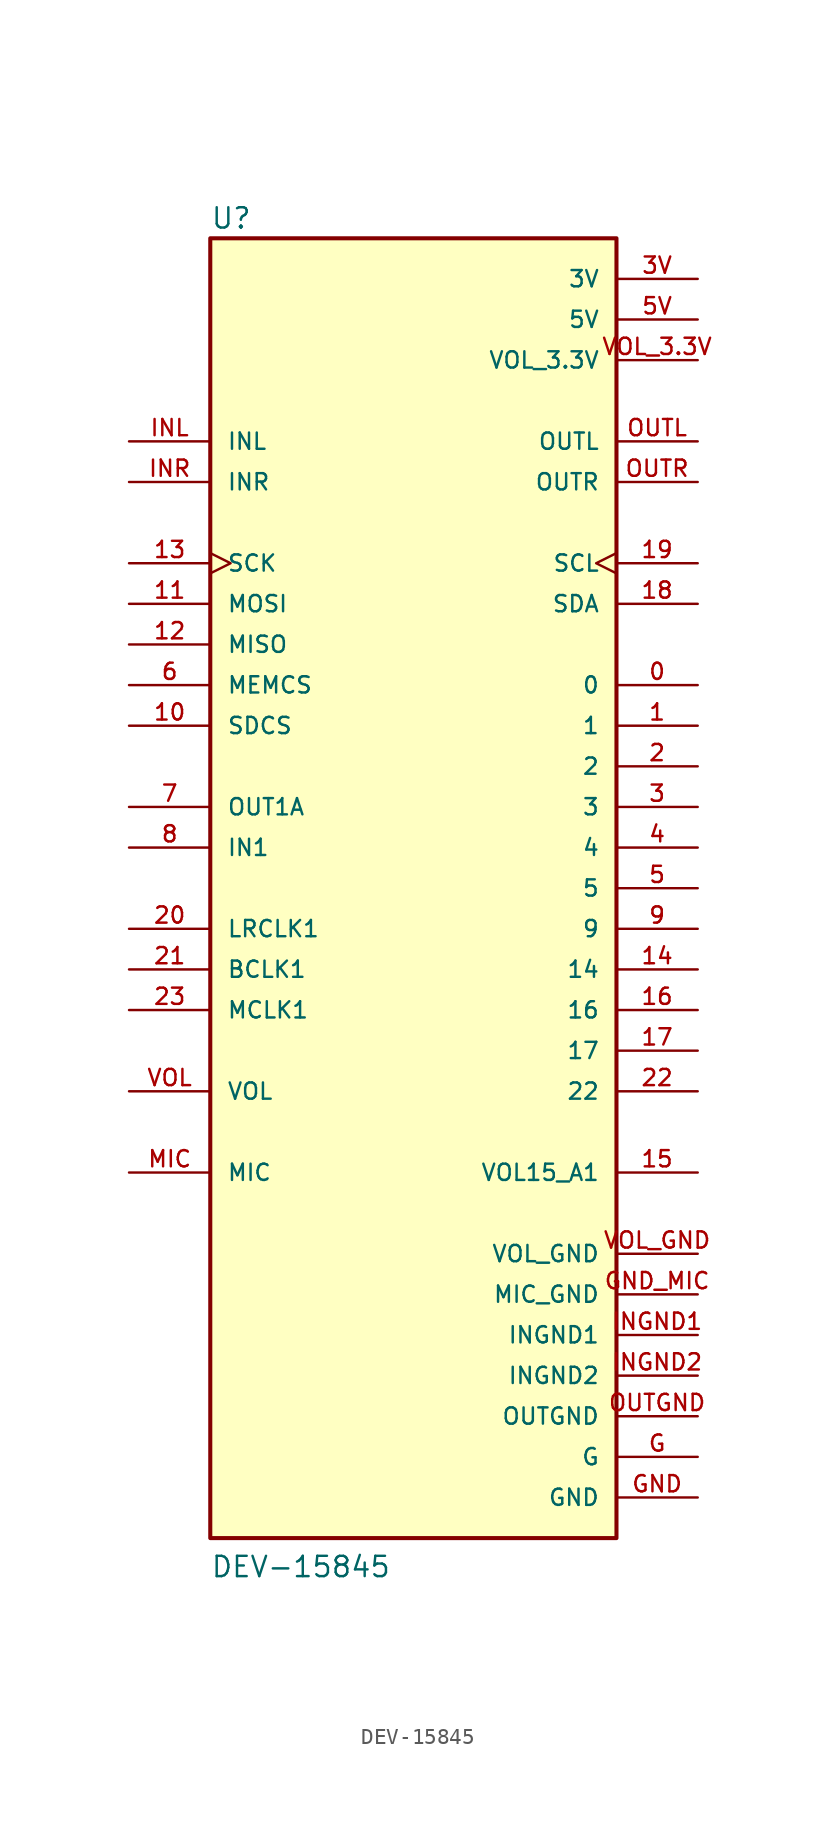
<source format=kicad_sym>
(kicad_symbol_lib
  (version 20241209)
  (generator "kicad_symbol_editor")
  (generator_version "9.0")
  (symbol "DEV-15845"
    (pin_names
      (offset 1.016))
    (property "Reference" "U"
      (at -12.7 41.148 0)
      (effects (font (size 1.27 1.27)) (justify left bottom)))
    (property "Value" "DEV-15845"
      (at -12.7 -43.18 0)
      (effects (font (size 1.27 1.27)) (justify left bottom)))
    (symbol "DEV-15845_0_0"
      (rectangle (start -12.7 -40.64) (end 12.7 40.64) (stroke (width 0.254) (type default)) (fill (type background)))
      (pin input line (at -17.78 27.94 0) (length 5.08) (name "INL" (effects (font (size 1.016 1.016)))) (number "INL" (effects (font (size 1.016 1.016)))))
      (pin input line (at -17.78 25.4 0) (length 5.08) (name "INR" (effects (font (size 1.016 1.016)))) (number "INR" (effects (font (size 1.016 1.016)))))
      (pin bidirectional clock (at -17.78 20.32 0) (length 5.08) (name "SCK" (effects (font (size 1.016 1.016)))) (number "13" (effects (font (size 1.016 1.016)))))
      (pin bidirectional line (at -17.78 17.78 0) (length 5.08) (name "MOSI" (effects (font (size 1.016 1.016)))) (number "11" (effects (font (size 1.016 1.016)))))
      (pin bidirectional line (at -17.78 15.24 0) (length 5.08) (name "MISO" (effects (font (size 1.016 1.016)))) (number "12" (effects (font (size 1.016 1.016)))))
      (pin input line (at -17.78 12.7 0) (length 5.08) (name "MEMCS" (effects (font (size 1.016 1.016)))) (number "6" (effects (font (size 1.016 1.016)))))
      (pin bidirectional line (at -17.78 10.16 0) (length 5.08) (name "SDCS" (effects (font (size 1.016 1.016)))) (number "10" (effects (font (size 1.016 1.016)))))
      (pin output line (at -17.78 5.08 0) (length 5.08) (name "OUT1A" (effects (font (size 1.016 1.016)))) (number "7" (effects (font (size 1.016 1.016)))))
      (pin input line (at -17.78 2.54 0) (length 5.08) (name "IN1" (effects (font (size 1.016 1.016)))) (number "8" (effects (font (size 1.016 1.016)))))
      (pin bidirectional line (at -17.78 -2.54 0) (length 5.08) (name "LRCLK1" (effects (font (size 1.016 1.016)))) (number "20" (effects (font (size 1.016 1.016)))))
      (pin bidirectional line (at -17.78 -5.08 0) (length 5.08) (name "BCLK1" (effects (font (size 1.016 1.016)))) (number "21" (effects (font (size 1.016 1.016)))))
      (pin bidirectional line (at -17.78 -7.62 0) (length 5.08) (name "MCLK1" (effects (font (size 1.016 1.016)))) (number "23" (effects (font (size 1.016 1.016)))))
      (pin input line (at -17.78 -12.7 0) (length 5.08) (name "VOL" (effects (font (size 1.016 1.016)))) (number "VOL" (effects (font (size 1.016 1.016)))))
      (pin input line (at -17.78 -17.78 0) (length 5.08) (name "MIC" (effects (font (size 1.016 1.016)))) (number "MIC" (effects (font (size 1.016 1.016)))))
      (pin power_in line (at 17.78 38.1 180) (length 5.08) (name "3V" (effects (font (size 1.016 1.016)))) (number "3V" (effects (font (size 1.016 1.016)))))
      (pin power_in line (at 17.78 35.56 180) (length 5.08) (name "5V" (effects (font (size 1.016 1.016)))) (number "5V" (effects (font (size 1.016 1.016)))))
      (pin power_in line (at 17.78 33.02 180) (length 5.08) (name "VOL_3.3V" (effects (font (size 1.016 1.016)))) (number "VOL_3.3V" (effects (font (size 1.016 1.016)))))
      (pin output line (at 17.78 27.94 180) (length 5.08) (name "OUTL" (effects (font (size 1.016 1.016)))) (number "OUTL" (effects (font (size 1.016 1.016)))))
      (pin output line (at 17.78 25.4 180) (length 5.08) (name "OUTR" (effects (font (size 1.016 1.016)))) (number "OUTR" (effects (font (size 1.016 1.016)))))
      (pin bidirectional clock (at 17.78 20.32 180) (length 5.08) (name "SCL" (effects (font (size 1.016 1.016)))) (number "19" (effects (font (size 1.016 1.016)))))
      (pin bidirectional line (at 17.78 17.78 180) (length 5.08) (name "SDA" (effects (font (size 1.016 1.016)))) (number "18" (effects (font (size 1.016 1.016)))))
      (pin bidirectional line (at 17.78 12.7 180) (length 5.08) (name "0" (effects (font (size 1.016 1.016)))) (number "0" (effects (font (size 1.016 1.016)))))
      (pin bidirectional line (at 17.78 10.16 180) (length 5.08) (name "1" (effects (font (size 1.016 1.016)))) (number "1" (effects (font (size 1.016 1.016)))))
      (pin bidirectional line (at 17.78 7.62 180) (length 5.08) (name "2" (effects (font (size 1.016 1.016)))) (number "2" (effects (font (size 1.016 1.016)))))
      (pin bidirectional line (at 17.78 5.08 180) (length 5.08) (name "3" (effects (font (size 1.016 1.016)))) (number "3" (effects (font (size 1.016 1.016)))))
      (pin bidirectional line (at 17.78 2.54 180) (length 5.08) (name "4" (effects (font (size 1.016 1.016)))) (number "4" (effects (font (size 1.016 1.016)))))
      (pin bidirectional line (at 17.78 0 180) (length 5.08) (name "5" (effects (font (size 1.016 1.016)))) (number "5" (effects (font (size 1.016 1.016)))))
      (pin bidirectional line (at 17.78 -2.54 180) (length 5.08) (name "9" (effects (font (size 1.016 1.016)))) (number "9" (effects (font (size 1.016 1.016)))))
      (pin bidirectional line (at 17.78 -5.08 180) (length 5.08) (name "14" (effects (font (size 1.016 1.016)))) (number "14" (effects (font (size 1.016 1.016)))))
      (pin bidirectional line (at 17.78 -7.62 180) (length 5.08) (name "16" (effects (font (size 1.016 1.016)))) (number "16" (effects (font (size 1.016 1.016)))))
      (pin bidirectional line (at 17.78 -10.16 180) (length 5.08) (name "17" (effects (font (size 1.016 1.016)))) (number "17" (effects (font (size 1.016 1.016)))))
      (pin bidirectional line (at 17.78 -12.7 180) (length 5.08) (name "22" (effects (font (size 1.016 1.016)))) (number "22" (effects (font (size 1.016 1.016)))))
      (pin bidirectional line (at 17.78 -17.78 180) (length 5.08) (name "VOL15_A1" (effects (font (size 1.016 1.016)))) (number "15" (effects (font (size 1.016 1.016)))))
      (pin power_in line (at 17.78 -22.86 180) (length 5.08) (name "VOL_GND" (effects (font (size 1.016 1.016)))) (number "VOL_GND" (effects (font (size 1.016 1.016)))))
      (pin power_in line (at 17.78 -25.4 180) (length 5.08) (name "MIC_GND" (effects (font (size 1.016 1.016)))) (number "GND_MIC" (effects (font (size 1.016 1.016)))))
      (pin power_in line (at 17.78 -27.94 180) (length 5.08) (name "INGND1" (effects (font (size 1.016 1.016)))) (number "INGND1" (effects (font (size 1.016 1.016)))))
      (pin power_in line (at 17.78 -30.48 180) (length 5.08) (name "INGND2" (effects (font (size 1.016 1.016)))) (number "INGND2" (effects (font (size 1.016 1.016)))))
      (pin power_in line (at 17.78 -33.02 180) (length 5.08) (name "OUTGND" (effects (font (size 1.016 1.016)))) (number "OUTGND" (effects (font (size 1.016 1.016)))))
      (pin power_in line (at 17.78 -35.56 180) (length 5.08) (name "G" (effects (font (size 1.016 1.016)))) (number "G" (effects (font (size 1.016 1.016)))))
      (pin power_in line (at 17.78 -38.1 180) (length 5.08) (name "GND" (effects (font (size 1.016 1.016)))) (number "GND" (effects (font (size 1.016 1.016))))))))
</source>
